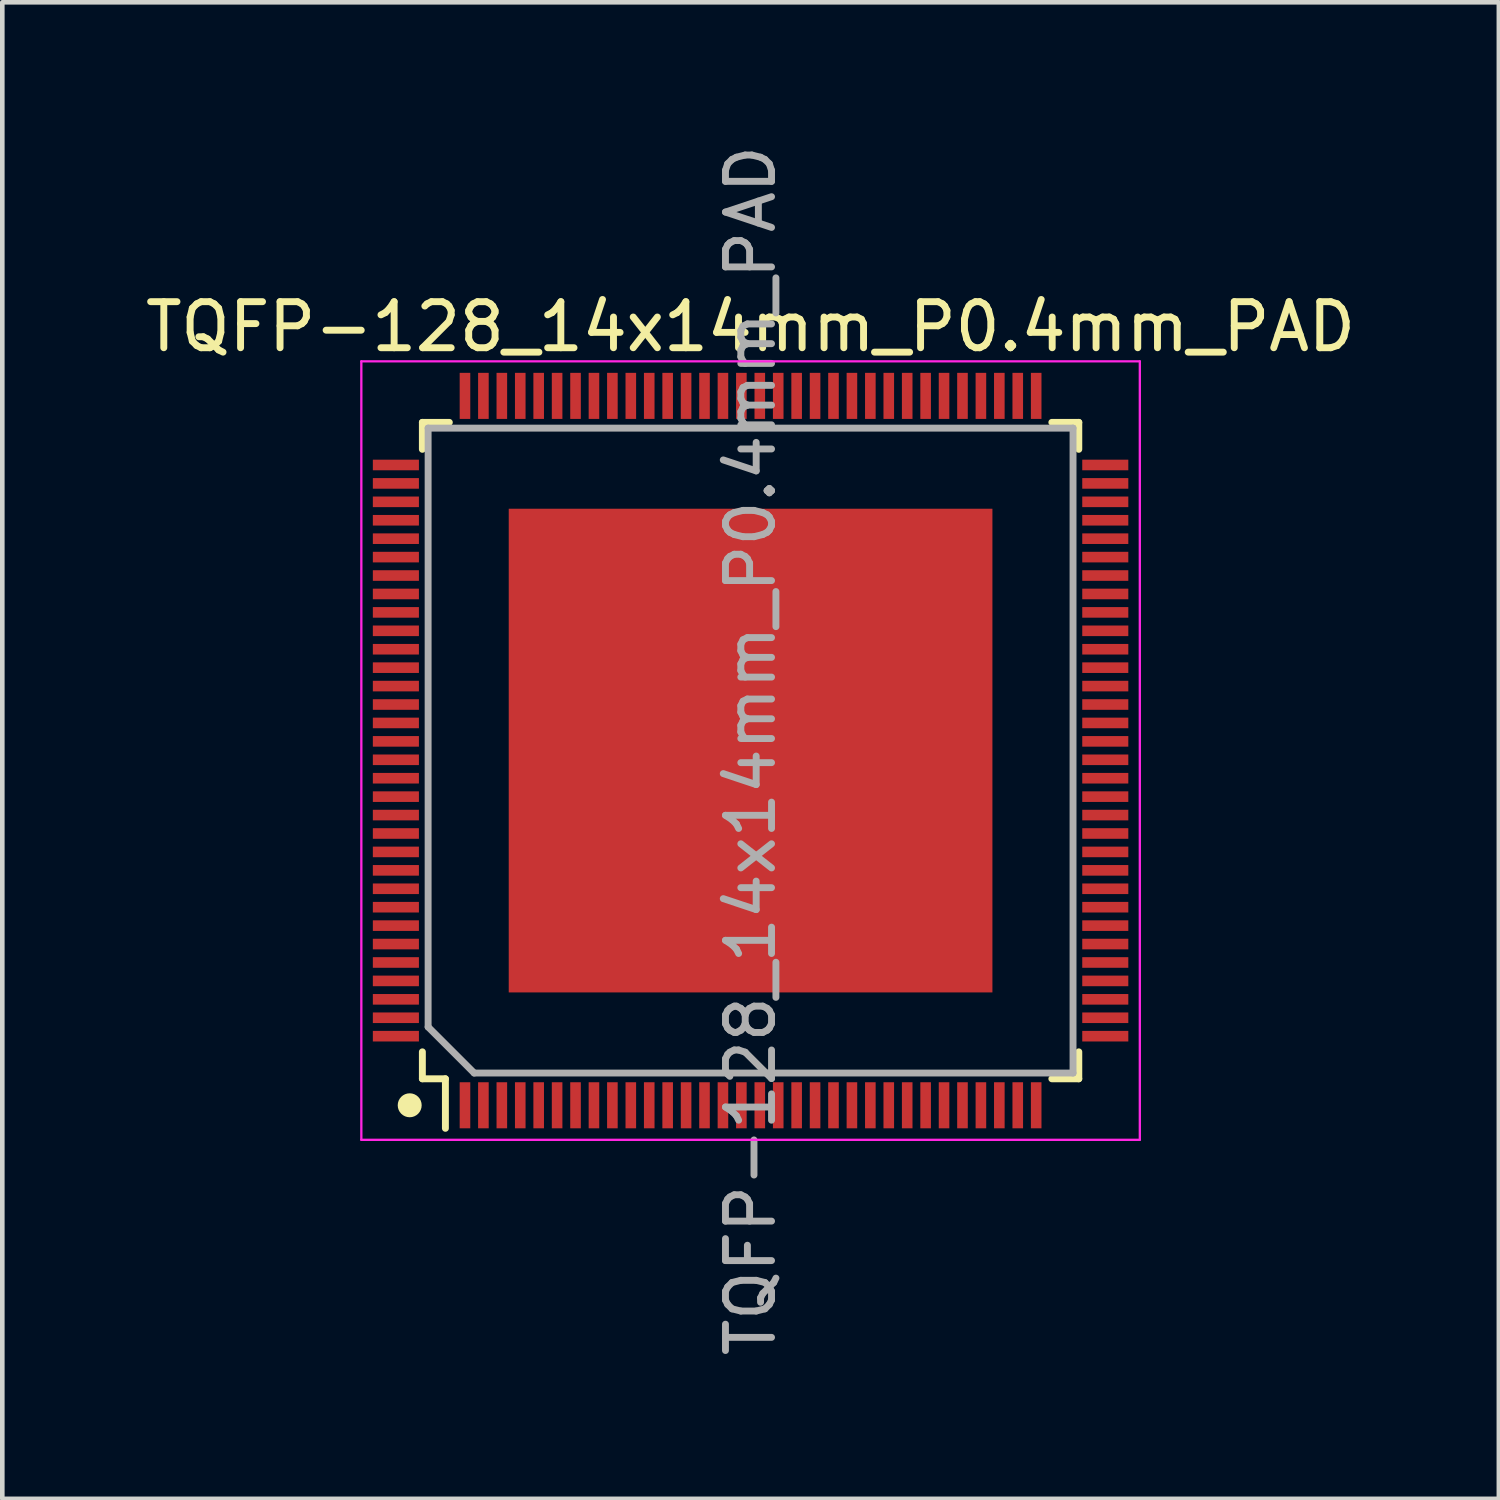
<source format=kicad_pcb>
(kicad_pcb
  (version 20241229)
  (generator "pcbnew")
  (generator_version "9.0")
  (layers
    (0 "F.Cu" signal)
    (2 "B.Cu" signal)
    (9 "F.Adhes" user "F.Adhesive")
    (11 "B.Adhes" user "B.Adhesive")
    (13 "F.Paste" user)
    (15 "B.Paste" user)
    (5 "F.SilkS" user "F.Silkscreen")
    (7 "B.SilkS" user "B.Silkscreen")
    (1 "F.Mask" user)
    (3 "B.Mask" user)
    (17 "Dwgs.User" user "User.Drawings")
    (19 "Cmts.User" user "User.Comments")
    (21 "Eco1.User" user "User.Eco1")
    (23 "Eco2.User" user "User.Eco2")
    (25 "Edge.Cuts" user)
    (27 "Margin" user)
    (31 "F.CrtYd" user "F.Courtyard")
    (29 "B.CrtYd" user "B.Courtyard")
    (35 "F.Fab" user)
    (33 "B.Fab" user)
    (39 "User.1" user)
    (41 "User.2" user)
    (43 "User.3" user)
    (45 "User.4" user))
  (footprint "TQFP-128_14x14mm_P0.4mm_PAD"
    (layer "F.Cu")
    (at 13.244 13.244)
    (property "Reference" "TQFP-128_14x14mm_P0.4mm_PAD" (at 0 -9.2 180) (layer "F.SilkS") (effects (font (size 1 1) (thickness 0.15))))
    (attr smd)
    (fp_line (start -7.125 -7.125) (end -7.125 -6.54) (stroke (width 0.15) (type solid)) (layer "F.SilkS"))
    (fp_line (start -7.125 -7.125) (end -6.54 -7.125) (stroke (width 0.15) (type solid)) (layer "F.SilkS"))
    (fp_line (start -7.125 7.125) (end -7.125 6.54) (stroke (width 0.15) (type solid)) (layer "F.SilkS"))
    (fp_line (start -7.125 7.125) (end -6.625 7.125) (stroke (width 0.15) (type solid)) (layer "F.SilkS"))
    (fp_line (start -6.625 7.125) (end -6.625 8.2) (stroke (width 0.15) (type solid)) (layer "F.SilkS"))
    (fp_line (start 7.125 -7.125) (end 6.54 -7.125) (stroke (width 0.15) (type solid)) (layer "F.SilkS"))
    (fp_line (start 7.125 -7.125) (end 7.125 -6.54) (stroke (width 0.15) (type solid)) (layer "F.SilkS"))
    (fp_line (start 7.125 7.125) (end 6.54 7.125) (stroke (width 0.15) (type solid)) (layer "F.SilkS"))
    (fp_line (start 7.125 7.125) (end 7.125 6.54) (stroke (width 0.15) (type solid)) (layer "F.SilkS"))
    (fp_circle (center -7.4 7.7) (end -7.2 7.7) (stroke (width 0.12) (type solid)) (fill yes) (layer "F.SilkS"))
    (fp_line (start -8.45 -8.45) (end 8.45 -8.45) (stroke (width 0.05) (type solid)) (layer "F.CrtYd"))
    (fp_line (start -8.45 8.45) (end -8.45 -8.45) (stroke (width 0.05) (type solid)) (layer "F.CrtYd"))
    (fp_line (start -8.45 8.45) (end 8.45 8.45) (stroke (width 0.05) (type solid)) (layer "F.CrtYd"))
    (fp_line (start 8.45 8.45) (end 8.45 -8.45) (stroke (width 0.05) (type solid)) (layer "F.CrtYd"))
    (fp_line (start -7 -7) (end 7 -7) (stroke (width 0.15) (type solid)) (layer "F.Fab"))
    (fp_line (start -7 6) (end -7 -7) (stroke (width 0.15) (type solid)) (layer "F.Fab"))
    (fp_line (start -6 7) (end -7 6) (stroke (width 0.15) (type solid)) (layer "F.Fab"))
    (fp_line (start 7 -7) (end 7 7) (stroke (width 0.15) (type solid)) (layer "F.Fab"))
    (fp_line (start 7 7) (end -6 7) (stroke (width 0.15) (type solid)) (layer "F.Fab"))
    (fp_text user "${REFERENCE}" (at 0 0 90) (layer "F.Fab") (effects (font (size 1 1) (thickness 0.15))))
    (pad "1" smd rect (at -6.2 7.7 90) (size 1 0.23) (layers "F.Cu" "F.Mask" "F.Paste"))
    (pad "2" smd rect (at -5.8 7.7 90) (size 1 0.23) (layers "F.Cu" "F.Mask" "F.Paste"))
    (pad "3" smd rect (at -5.4 7.7 90) (size 1 0.23) (layers "F.Cu" "F.Mask" "F.Paste"))
    (pad "4" smd rect (at -5 7.7 90) (size 1 0.23) (layers "F.Cu" "F.Mask" "F.Paste"))
    (pad "5" smd rect (at -4.6 7.7 90) (size 1 0.23) (layers "F.Cu" "F.Mask" "F.Paste"))
    (pad "6" smd rect (at -4.2 7.7 90) (size 1 0.23) (layers "F.Cu" "F.Mask" "F.Paste"))
    (pad "7" smd rect (at -3.8 7.7 90) (size 1 0.23) (layers "F.Cu" "F.Mask" "F.Paste"))
    (pad "8" smd rect (at -3.4 7.7 90) (size 1 0.23) (layers "F.Cu" "F.Mask" "F.Paste"))
    (pad "9" smd rect (at -3 7.7 90) (size 1 0.23) (layers "F.Cu" "F.Mask" "F.Paste"))
    (pad "10" smd rect (at -2.6 7.7 90) (size 1 0.23) (layers "F.Cu" "F.Mask" "F.Paste"))
    (pad "11" smd rect (at -2.2 7.7 90) (size 1 0.23) (layers "F.Cu" "F.Mask" "F.Paste"))
    (pad "12" smd rect (at -1.8 7.7 90) (size 1 0.23) (layers "F.Cu" "F.Mask" "F.Paste"))
    (pad "13" smd rect (at -1.4 7.7 90) (size 1 0.23) (layers "F.Cu" "F.Mask" "F.Paste"))
    (pad "14" smd rect (at -1 7.7 90) (size 1 0.23) (layers "F.Cu" "F.Mask" "F.Paste"))
    (pad "15" smd rect (at -0.6 7.7 90) (size 1 0.23) (layers "F.Cu" "F.Mask" "F.Paste"))
    (pad "16" smd rect (at -0.2 7.7 90) (size 1 0.23) (layers "F.Cu" "F.Mask" "F.Paste"))
    (pad "17" smd rect (at 0.2 7.7 90) (size 1 0.23) (layers "F.Cu" "F.Mask" "F.Paste"))
    (pad "18" smd rect (at 0.6 7.7 90) (size 1 0.23) (layers "F.Cu" "F.Mask" "F.Paste"))
    (pad "19" smd rect (at 1 7.7 90) (size 1 0.23) (layers "F.Cu" "F.Mask" "F.Paste"))
    (pad "20" smd rect (at 1.4 7.7 90) (size 1 0.23) (layers "F.Cu" "F.Mask" "F.Paste"))
    (pad "21" smd rect (at 1.8 7.7 90) (size 1 0.23) (layers "F.Cu" "F.Mask" "F.Paste"))
    (pad "22" smd rect (at 2.2 7.7 90) (size 1 0.23) (layers "F.Cu" "F.Mask" "F.Paste"))
    (pad "23" smd rect (at 2.6 7.7 90) (size 1 0.23) (layers "F.Cu" "F.Mask" "F.Paste"))
    (pad "24" smd rect (at 3 7.7 90) (size 1 0.23) (layers "F.Cu" "F.Mask" "F.Paste"))
    (pad "25" smd rect (at 3.4 7.7 90) (size 1 0.23) (layers "F.Cu" "F.Mask" "F.Paste"))
    (pad "26" smd rect (at 3.8 7.7 90) (size 1 0.23) (layers "F.Cu" "F.Mask" "F.Paste"))
    (pad "27" smd rect (at 4.2 7.7 90) (size 1 0.23) (layers "F.Cu" "F.Mask" "F.Paste"))
    (pad "28" smd rect (at 4.6 7.7 90) (size 1 0.23) (layers "F.Cu" "F.Mask" "F.Paste"))
    (pad "29" smd rect (at 5 7.7 90) (size 1 0.23) (layers "F.Cu" "F.Mask" "F.Paste"))
    (pad "30" smd rect (at 5.4 7.7 90) (size 1 0.23) (layers "F.Cu" "F.Mask" "F.Paste"))
    (pad "31" smd rect (at 5.8 7.7 90) (size 1 0.23) (layers "F.Cu" "F.Mask" "F.Paste"))
    (pad "32" smd rect (at 6.2 7.7 90) (size 1 0.23) (layers "F.Cu" "F.Mask" "F.Paste"))
    (pad "33" smd rect (at 7.7 6.2 180) (size 1 0.23) (layers "F.Cu" "F.Mask" "F.Paste"))
    (pad "34" smd rect (at 7.7 5.8 180) (size 1 0.23) (layers "F.Cu" "F.Mask" "F.Paste"))
    (pad "35" smd rect (at 7.7 5.4 180) (size 1 0.23) (layers "F.Cu" "F.Mask" "F.Paste"))
    (pad "36" smd rect (at 7.7 5 180) (size 1 0.23) (layers "F.Cu" "F.Mask" "F.Paste"))
    (pad "37" smd rect (at 7.7 4.6 180) (size 1 0.23) (layers "F.Cu" "F.Mask" "F.Paste"))
    (pad "38" smd rect (at 7.7 4.2 180) (size 1 0.23) (layers "F.Cu" "F.Mask" "F.Paste"))
    (pad "39" smd rect (at 7.7 3.8 180) (size 1 0.23) (layers "F.Cu" "F.Mask" "F.Paste"))
    (pad "40" smd rect (at 7.7 3.4 180) (size 1 0.23) (layers "F.Cu" "F.Mask" "F.Paste"))
    (pad "41" smd rect (at 7.7 3 180) (size 1 0.23) (layers "F.Cu" "F.Mask" "F.Paste"))
    (pad "42" smd rect (at 7.7 2.6 180) (size 1 0.23) (layers "F.Cu" "F.Mask" "F.Paste"))
    (pad "43" smd rect (at 7.7 2.2 180) (size 1 0.23) (layers "F.Cu" "F.Mask" "F.Paste"))
    (pad "44" smd rect (at 7.7 1.8 180) (size 1 0.23) (layers "F.Cu" "F.Mask" "F.Paste"))
    (pad "45" smd rect (at 7.7 1.4 180) (size 1 0.23) (layers "F.Cu" "F.Mask" "F.Paste"))
    (pad "46" smd rect (at 7.7 1 180) (size 1 0.23) (layers "F.Cu" "F.Mask" "F.Paste"))
    (pad "47" smd rect (at 7.7 0.6 180) (size 1 0.23) (layers "F.Cu" "F.Mask" "F.Paste"))
    (pad "48" smd rect (at 7.7 0.2 180) (size 1 0.23) (layers "F.Cu" "F.Mask" "F.Paste"))
    (pad "49" smd rect (at 7.7 -0.2 180) (size 1 0.23) (layers "F.Cu" "F.Mask" "F.Paste"))
    (pad "50" smd rect (at 7.7 -0.6 180) (size 1 0.23) (layers "F.Cu" "F.Mask" "F.Paste"))
    (pad "51" smd rect (at 7.7 -1 180) (size 1 0.23) (layers "F.Cu" "F.Mask" "F.Paste"))
    (pad "52" smd rect (at 7.7 -1.4 180) (size 1 0.23) (layers "F.Cu" "F.Mask" "F.Paste"))
    (pad "53" smd rect (at 7.7 -1.8 180) (size 1 0.23) (layers "F.Cu" "F.Mask" "F.Paste"))
    (pad "54" smd rect (at 7.7 -2.2 180) (size 1 0.23) (layers "F.Cu" "F.Mask" "F.Paste"))
    (pad "55" smd rect (at 7.7 -2.6 180) (size 1 0.23) (layers "F.Cu" "F.Mask" "F.Paste"))
    (pad "56" smd rect (at 7.7 -3 180) (size 1 0.23) (layers "F.Cu" "F.Mask" "F.Paste"))
    (pad "57" smd rect (at 7.7 -3.4 180) (size 1 0.23) (layers "F.Cu" "F.Mask" "F.Paste"))
    (pad "58" smd rect (at 7.7 -3.8 180) (size 1 0.23) (layers "F.Cu" "F.Mask" "F.Paste"))
    (pad "59" smd rect (at 7.7 -4.2 180) (size 1 0.23) (layers "F.Cu" "F.Mask" "F.Paste"))
    (pad "60" smd rect (at 7.7 -4.6 180) (size 1 0.23) (layers "F.Cu" "F.Mask" "F.Paste"))
    (pad "61" smd rect (at 7.7 -5 180) (size 1 0.23) (layers "F.Cu" "F.Mask" "F.Paste"))
    (pad "62" smd rect (at 7.7 -5.4 180) (size 1 0.23) (layers "F.Cu" "F.Mask" "F.Paste"))
    (pad "63" smd rect (at 7.7 -5.8 180) (size 1 0.23) (layers "F.Cu" "F.Mask" "F.Paste"))
    (pad "64" smd rect (at 7.7 -6.2 180) (size 1 0.23) (layers "F.Cu" "F.Mask" "F.Paste"))
    (pad "65" smd rect (at 6.2 -7.7 90) (size 1 0.23) (layers "F.Cu" "F.Mask" "F.Paste"))
    (pad "66" smd rect (at 5.8 -7.7 90) (size 1 0.23) (layers "F.Cu" "F.Mask" "F.Paste"))
    (pad "67" smd rect (at 5.4 -7.7 90) (size 1 0.23) (layers "F.Cu" "F.Mask" "F.Paste"))
    (pad "68" smd rect (at 5 -7.7 90) (size 1 0.23) (layers "F.Cu" "F.Mask" "F.Paste"))
    (pad "69" smd rect (at 4.6 -7.7 90) (size 1 0.23) (layers "F.Cu" "F.Mask" "F.Paste"))
    (pad "70" smd rect (at 4.2 -7.7 90) (size 1 0.23) (layers "F.Cu" "F.Mask" "F.Paste"))
    (pad "71" smd rect (at 3.8 -7.7 90) (size 1 0.23) (layers "F.Cu" "F.Mask" "F.Paste"))
    (pad "72" smd rect (at 3.4 -7.7 90) (size 1 0.23) (layers "F.Cu" "F.Mask" "F.Paste"))
    (pad "73" smd rect (at 3 -7.7 90) (size 1 0.23) (layers "F.Cu" "F.Mask" "F.Paste"))
    (pad "74" smd rect (at 2.6 -7.7 90) (size 1 0.23) (layers "F.Cu" "F.Mask" "F.Paste"))
    (pad "75" smd rect (at 2.2 -7.7 90) (size 1 0.23) (layers "F.Cu" "F.Mask" "F.Paste"))
    (pad "76" smd rect (at 1.8 -7.7 90) (size 1 0.23) (layers "F.Cu" "F.Mask" "F.Paste"))
    (pad "77" smd rect (at 1.4 -7.7 90) (size 1 0.23) (layers "F.Cu" "F.Mask" "F.Paste"))
    (pad "78" smd rect (at 1 -7.7 90) (size 1 0.23) (layers "F.Cu" "F.Mask" "F.Paste"))
    (pad "79" smd rect (at 0.6 -7.7 90) (size 1 0.23) (layers "F.Cu" "F.Mask" "F.Paste"))
    (pad "80" smd rect (at 0.2 -7.7 90) (size 1 0.23) (layers "F.Cu" "F.Mask" "F.Paste"))
    (pad "81" smd rect (at -0.2 -7.7 90) (size 1 0.23) (layers "F.Cu" "F.Mask" "F.Paste"))
    (pad "82" smd rect (at -0.6 -7.7 90) (size 1 0.23) (layers "F.Cu" "F.Mask" "F.Paste"))
    (pad "83" smd rect (at -1 -7.7 90) (size 1 0.23) (layers "F.Cu" "F.Mask" "F.Paste"))
    (pad "84" smd rect (at -1.4 -7.7 90) (size 1 0.23) (layers "F.Cu" "F.Mask" "F.Paste"))
    (pad "85" smd rect (at -1.8 -7.7 90) (size 1 0.23) (layers "F.Cu" "F.Mask" "F.Paste"))
    (pad "86" smd rect (at -2.2 -7.7 90) (size 1 0.23) (layers "F.Cu" "F.Mask" "F.Paste"))
    (pad "87" smd rect (at -2.6 -7.7 90) (size 1 0.23) (layers "F.Cu" "F.Mask" "F.Paste"))
    (pad "88" smd rect (at -3 -7.7 90) (size 1 0.23) (layers "F.Cu" "F.Mask" "F.Paste"))
    (pad "89" smd rect (at -3.4 -7.7 90) (size 1 0.23) (layers "F.Cu" "F.Mask" "F.Paste"))
    (pad "90" smd rect (at -3.8 -7.7 90) (size 1 0.23) (layers "F.Cu" "F.Mask" "F.Paste"))
    (pad "91" smd rect (at -4.2 -7.7 90) (size 1 0.23) (layers "F.Cu" "F.Mask" "F.Paste"))
    (pad "92" smd rect (at -4.6 -7.7 90) (size 1 0.23) (layers "F.Cu" "F.Mask" "F.Paste"))
    (pad "93" smd rect (at -5 -7.7 90) (size 1 0.23) (layers "F.Cu" "F.Mask" "F.Paste"))
    (pad "94" smd rect (at -5.4 -7.7 90) (size 1 0.23) (layers "F.Cu" "F.Mask" "F.Paste"))
    (pad "95" smd rect (at -5.8 -7.7 90) (size 1 0.23) (layers "F.Cu" "F.Mask" "F.Paste"))
    (pad "96" smd rect (at -6.2 -7.7 90) (size 1 0.23) (layers "F.Cu" "F.Mask" "F.Paste"))
    (pad "97" smd rect (at -7.7 -6.2 180) (size 1 0.23) (layers "F.Cu" "F.Mask" "F.Paste"))
    (pad "98" smd rect (at -7.7 -5.8 180) (size 1 0.23) (layers "F.Cu" "F.Mask" "F.Paste"))
    (pad "99" smd rect (at -7.7 -5.4 180) (size 1 0.23) (layers "F.Cu" "F.Mask" "F.Paste"))
    (pad "100" smd rect (at -7.7 -5 180) (size 1 0.23) (layers "F.Cu" "F.Mask" "F.Paste"))
    (pad "101" smd rect (at -7.7 -4.6 180) (size 1 0.23) (layers "F.Cu" "F.Mask" "F.Paste"))
    (pad "102" smd rect (at -7.7 -4.2 180) (size 1 0.23) (layers "F.Cu" "F.Mask" "F.Paste"))
    (pad "103" smd rect (at -7.7 -3.8 180) (size 1 0.23) (layers "F.Cu" "F.Mask" "F.Paste"))
    (pad "104" smd rect (at -7.7 -3.4 180) (size 1 0.23) (layers "F.Cu" "F.Mask" "F.Paste"))
    (pad "105" smd rect (at -7.7 -3 180) (size 1 0.23) (layers "F.Cu" "F.Mask" "F.Paste"))
    (pad "106" smd rect (at -7.7 -2.6 180) (size 1 0.23) (layers "F.Cu" "F.Mask" "F.Paste"))
    (pad "107" smd rect (at -7.7 -2.2 180) (size 1 0.23) (layers "F.Cu" "F.Mask" "F.Paste"))
    (pad "108" smd rect (at -7.7 -1.8 180) (size 1 0.23) (layers "F.Cu" "F.Mask" "F.Paste"))
    (pad "109" smd rect (at -7.7 -1.4 180) (size 1 0.23) (layers "F.Cu" "F.Mask" "F.Paste"))
    (pad "110" smd rect (at -7.7 -1 180) (size 1 0.23) (layers "F.Cu" "F.Mask" "F.Paste"))
    (pad "111" smd rect (at -7.7 -0.6 180) (size 1 0.23) (layers "F.Cu" "F.Mask" "F.Paste"))
    (pad "112" smd rect (at -7.7 -0.2 180) (size 1 0.23) (layers "F.Cu" "F.Mask" "F.Paste"))
    (pad "113" smd rect (at -7.7 0.2 180) (size 1 0.23) (layers "F.Cu" "F.Mask" "F.Paste"))
    (pad "114" smd rect (at -7.7 0.6 180) (size 1 0.23) (layers "F.Cu" "F.Mask" "F.Paste"))
    (pad "115" smd rect (at -7.7 1 180) (size 1 0.23) (layers "F.Cu" "F.Mask" "F.Paste"))
    (pad "116" smd rect (at -7.7 1.4 180) (size 1 0.23) (layers "F.Cu" "F.Mask" "F.Paste"))
    (pad "117" smd rect (at -7.7 1.8 180) (size 1 0.23) (layers "F.Cu" "F.Mask" "F.Paste"))
    (pad "118" smd rect (at -7.7 2.2 180) (size 1 0.23) (layers "F.Cu" "F.Mask" "F.Paste"))
    (pad "119" smd rect (at -7.7 2.6 180) (size 1 0.23) (layers "F.Cu" "F.Mask" "F.Paste"))
    (pad "120" smd rect (at -7.7 3 180) (size 1 0.23) (layers "F.Cu" "F.Mask" "F.Paste"))
    (pad "121" smd rect (at -7.7 3.4 180) (size 1 0.23) (layers "F.Cu" "F.Mask" "F.Paste"))
    (pad "122" smd rect (at -7.7 3.8 180) (size 1 0.23) (layers "F.Cu" "F.Mask" "F.Paste"))
    (pad "123" smd rect (at -7.7 4.2 180) (size 1 0.23) (layers "F.Cu" "F.Mask" "F.Paste"))
    (pad "124" smd rect (at -7.7 4.6 180) (size 1 0.23) (layers "F.Cu" "F.Mask" "F.Paste"))
    (pad "125" smd rect (at -7.7 5 180) (size 1 0.23) (layers "F.Cu" "F.Mask" "F.Paste"))
    (pad "126" smd rect (at -7.7 5.4 180) (size 1 0.23) (layers "F.Cu" "F.Mask" "F.Paste"))
    (pad "127" smd rect (at -7.7 5.8 180) (size 1 0.23) (layers "F.Cu" "F.Mask" "F.Paste"))
    (pad "128" smd rect (at -7.7 6.2 180) (size 1 0.23) (layers "F.Cu" "F.Mask" "F.Paste"))
    (pad "129" smd rect (at 0 0 90) (size 10.5 10.5) (layers "F.Cu" "F.Mask" "F.Paste")))
  (gr_rect
    (start -3 -3)
    (end 29.488 29.488)
    (stroke (width 0.1) (type default))
    (fill no)
    (layer "Edge.Cuts")))
</source>
